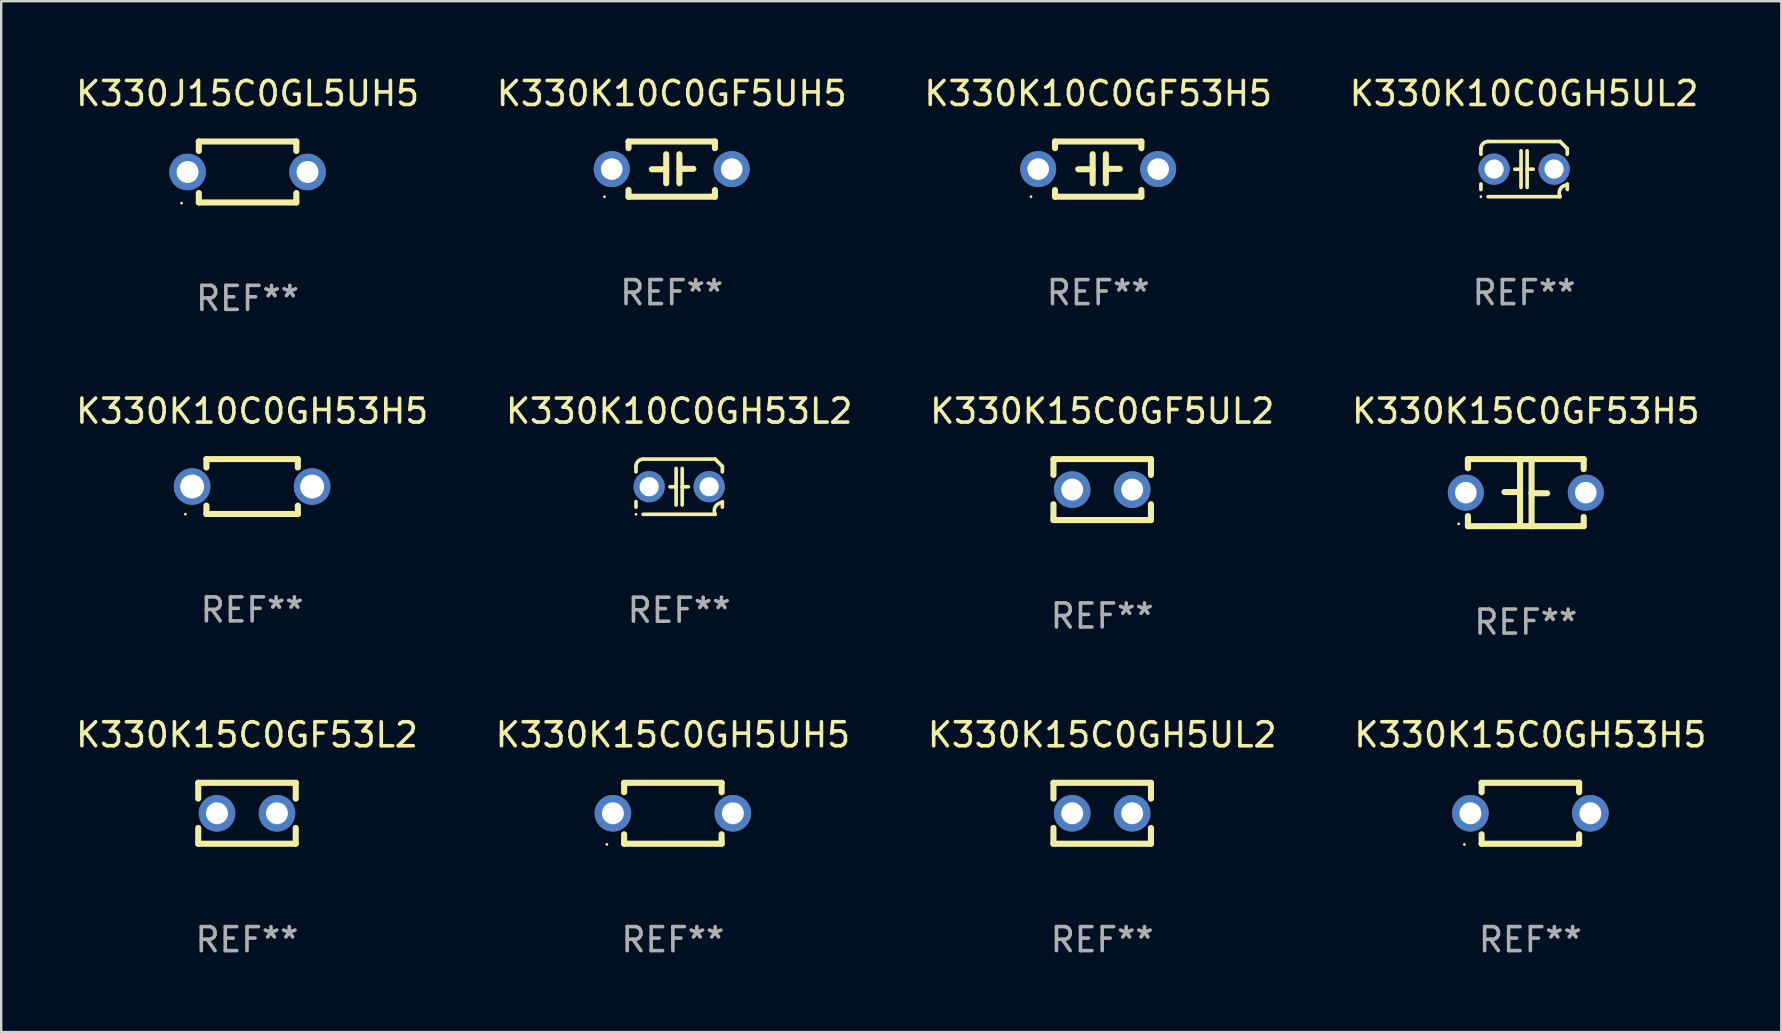
<source format=kicad_pcb>
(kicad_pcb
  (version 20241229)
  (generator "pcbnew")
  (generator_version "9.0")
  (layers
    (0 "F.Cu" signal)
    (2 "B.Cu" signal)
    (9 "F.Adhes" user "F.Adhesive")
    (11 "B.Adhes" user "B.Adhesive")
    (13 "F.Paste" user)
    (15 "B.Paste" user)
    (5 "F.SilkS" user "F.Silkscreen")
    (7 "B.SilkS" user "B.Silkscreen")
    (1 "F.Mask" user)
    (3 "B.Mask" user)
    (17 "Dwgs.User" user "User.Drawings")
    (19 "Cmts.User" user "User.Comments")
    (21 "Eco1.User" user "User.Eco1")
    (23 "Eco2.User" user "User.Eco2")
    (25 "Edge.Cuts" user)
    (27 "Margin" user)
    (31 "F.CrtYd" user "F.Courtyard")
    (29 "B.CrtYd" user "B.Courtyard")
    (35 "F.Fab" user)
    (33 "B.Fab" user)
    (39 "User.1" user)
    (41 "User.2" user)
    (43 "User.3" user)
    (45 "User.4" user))
  (footprint "K330K15C0GF53L2"
    (layer "F.Cu")
    (at 7.244 30.845)
    (property "Reference" "K330K15C0GF53L2" (at 0 -3.27 0) (layer "F.SilkS") (effects (font (size 1 1) (thickness 0.15))))
    (attr through_hole)
    (fp_line (start -2.032 -1.27) (end -2.032 -0.611) (stroke (width 0.254) (type solid)) (layer "F.SilkS"))
    (fp_line (start -2.032 0.611) (end -2.032 1.27) (stroke (width 0.254) (type solid)) (layer "F.SilkS"))
    (fp_line (start -2.032 1.27) (end 2.032 1.27) (stroke (width 0.254) (type solid)) (layer "F.SilkS"))
    (fp_line (start 2.032 -1.27) (end -2.032 -1.27) (stroke (width 0.254) (type solid)) (layer "F.SilkS"))
    (fp_line (start 2.032 -0.611) (end 2.032 -1.27) (stroke (width 0.254) (type solid)) (layer "F.SilkS"))
    (fp_line (start 2.032 1.27) (end 2.032 0.611) (stroke (width 0.254) (type solid)) (layer "F.SilkS"))
    (fp_circle (center -2 1.3) (end -1.97 1.3) (stroke (width 0.06) (type solid)) (fill no) (layer "F.SilkS"))
    (fp_text user "REF**" (at 0 5.27 0) (layer "F.Fab") (effects (font (size 1 1) (thickness 0.15))))
    (pad "1" thru_hole circle (at -1.25 0) (size 1.524 1.524) (drill 0.914) (layers "*.Cu" "*.Mask"))
    (pad "2" thru_hole circle (at 1.25 0) (size 1.524 1.524) (drill 0.914) (layers "*.Cu" "*.Mask")))
  (footprint "K330K15C0GH5UH5"
    (layer "F.Cu")
    (at 24.994 30.845)
    (property "Reference" "K330K15C0GH5UH5" (at 0 -3.27 0) (layer "F.SilkS") (effects (font (size 1 1) (thickness 0.15))))
    (attr through_hole)
    (fp_line (start -2.032 -1.27) (end -2.032 -0.876) (stroke (width 0.254) (type solid)) (layer "F.SilkS"))
    (fp_line (start -2.032 0.876) (end -2.032 1.27) (stroke (width 0.254) (type solid)) (layer "F.SilkS"))
    (fp_line (start -2.032 1.27) (end 2.032 1.27) (stroke (width 0.254) (type solid)) (layer "F.SilkS"))
    (fp_line (start 2.032 -1.27) (end -2.032 -1.27) (stroke (width 0.254) (type solid)) (layer "F.SilkS"))
    (fp_line (start 2.032 -0.876) (end 2.032 -1.27) (stroke (width 0.254) (type solid)) (layer "F.SilkS"))
    (fp_line (start 2.032 1.27) (end 2.032 0.876) (stroke (width 0.254) (type solid)) (layer "F.SilkS"))
    (fp_circle (center -2.751 1.3) (end -2.721 1.3) (stroke (width 0.06) (type solid)) (fill no) (layer "F.SilkS"))
    (fp_text user "REF**" (at 0 5.27 0) (layer "F.Fab") (effects (font (size 1 1) (thickness 0.15))))
    (pad "1" thru_hole circle (at -2.5 0) (size 1.524 1.524) (drill 0.914) (layers "*.Cu" "*.Mask"))
    (pad "2" thru_hole circle (at 2.5 0) (size 1.524 1.524) (drill 0.914) (layers "*.Cu" "*.Mask")))
  (footprint "K330K10C0GF53H5"
    (layer "F.Cu")
    (at 42.72 3.998)
    (property "Reference" "K330K10C0GF53H5" (at 0 -3.15 0) (layer "F.SilkS") (effects (font (size 1 1) (thickness 0.15))))
    (attr through_hole)
    (fp_line (start -1.8 -1.15) (end -1.8 -0.872) (stroke (width 0.254) (type solid)) (layer "F.SilkS"))
    (fp_line (start -1.8 -1.15) (end 1.8 -1.15) (stroke (width 0.254) (type solid)) (layer "F.SilkS"))
    (fp_line (start -1.8 0.872) (end -1.8 1.15) (stroke (width 0.254) (type solid)) (layer "F.SilkS"))
    (fp_line (start -1.8 1.15) (end 1.8 1.15) (stroke (width 0.254) (type solid)) (layer "F.SilkS"))
    (fp_line (start -0.23 -0.62) (end -0.23 0.59) (stroke (width 0.254) (type solid)) (layer "F.SilkS"))
    (fp_line (start -0.23 0.007) (end -0.83 0.007) (stroke (width 0.254) (type solid)) (layer "F.SilkS"))
    (fp_line (start 0.32 -0.62) (end 0.32 0.59) (stroke (width 0.254) (type solid)) (layer "F.SilkS"))
    (fp_line (start 0.32 -0.012) (end 0.9 -0.012) (stroke (width 0.254) (type solid)) (layer "F.SilkS"))
    (fp_line (start 1.8 -1.15) (end 1.8 -0.872) (stroke (width 0.254) (type solid)) (layer "F.SilkS"))
    (fp_line (start 1.8 0.872) (end 1.8 1.15) (stroke (width 0.254) (type solid)) (layer "F.SilkS"))
    (fp_circle (center -2.8 1.15) (end -2.77 1.15) (stroke (width 0.06) (type solid)) (fill no) (layer "F.SilkS"))
    (fp_text user "REF**" (at 0 5.15 0) (layer "F.Fab") (effects (font (size 1 1) (thickness 0.15))))
    (pad "1" thru_hole circle (at -2.5 0) (size 1.5 1.5) (drill 0.9) (layers "*.Cu" "*.Mask"))
    (pad "2" thru_hole circle (at 2.5 0) (size 1.5 1.5) (drill 0.9) (layers "*.Cu" "*.Mask")))
  (footprint "K330K10C0GH53L2"
    (layer "F.Cu")
    (at 25.256 17.235)
    (property "Reference" "K330K10C0GH53L2" (at 0 -3.15 0) (layer "F.SilkS") (effects (font (size 1 1) (thickness 0.15))))
    (attr through_hole)
    (fp_line (start -1.8 -0.621) (end -1.8 -0.85) (stroke (width 0.152) (type solid)) (layer "F.SilkS"))
    (fp_line (start -1.8 0.85) (end -1.8 0.621) (stroke (width 0.152) (type solid)) (layer "F.SilkS"))
    (fp_line (start -1.5 -1.15) (end 1.5 -1.15) (stroke (width 0.152) (type solid)) (layer "F.SilkS"))
    (fp_line (start -0.127 -0.762) (end -0.127 0.762) (stroke (width 0.152) (type solid)) (layer "F.SilkS"))
    (fp_line (start -0.127 0.005) (end -0.381 0.005) (stroke (width 0.152) (type solid)) (layer "F.SilkS"))
    (fp_line (start 0.127 -0.762) (end 0.127 0.762) (stroke (width 0.152) (type solid)) (layer "F.SilkS"))
    (fp_line (start 0.127 0.002) (end 0.381 0.002) (stroke (width 0.152) (type solid)) (layer "F.SilkS"))
    (fp_line (start 1.5 1.15) (end -1.5 1.15) (stroke (width 0.152) (type solid)) (layer "F.SilkS"))
    (fp_line (start 1.8 -0.85) (end 1.8 -0.621) (stroke (width 0.152) (type solid)) (layer "F.SilkS"))
    (fp_line (start 1.8 0.621) (end 1.8 0.85) (stroke (width 0.152) (type solid)) (layer "F.SilkS"))
    (fp_arc (start -1.799975 -0.849987) (mid -1.712107 -1.062119) (end -1.499975 -1.149987) (stroke (width 0.151994) (type solid)) (layer "F.SilkS"))
    (fp_arc (start 1.499975 1.149987) (mid 1.513726 0.822359) (end 1.799975 0.662387) (stroke (width 0.151994) (type solid)) (layer "F.SilkS"))
    (fp_arc (start 1.500001 -1.149986) (mid 1.650015 -1.000001) (end 1.8 -0.849987) (stroke (width 0.151994) (type solid)) (layer "F.SilkS"))
    (fp_circle (center -1.8 1.15) (end -1.77 1.15) (stroke (width 0.06) (type solid)) (fill no) (layer "F.SilkS"))
    (fp_text user "REF**" (at 0 5.15 0) (layer "F.Fab") (effects (font (size 1 1) (thickness 0.15))))
    (pad "1" thru_hole circle (at -1.25 0) (size 1.3 1.3) (drill 0.8) (layers "*.Cu" "*.Mask"))
    (pad "2" thru_hole circle (at 1.25 0) (size 1.3 1.3) (drill 0.8) (layers "*.Cu" "*.Mask")))
  (footprint "K330K15C0GH53H5"
    (layer "F.Cu")
    (at 60.732 30.845)
    (property "Reference" "K330K15C0GH53H5" (at 0 -3.27 0) (layer "F.SilkS") (effects (font (size 1 1) (thickness 0.15))))
    (attr through_hole)
    (fp_line (start -2.032 -1.27) (end -2.032 -0.876) (stroke (width 0.254) (type solid)) (layer "F.SilkS"))
    (fp_line (start -2.032 0.876) (end -2.032 1.27) (stroke (width 0.254) (type solid)) (layer "F.SilkS"))
    (fp_line (start -2.032 1.27) (end 2.032 1.27) (stroke (width 0.254) (type solid)) (layer "F.SilkS"))
    (fp_line (start 2.032 -1.27) (end -2.032 -1.27) (stroke (width 0.254) (type solid)) (layer "F.SilkS"))
    (fp_line (start 2.032 -0.876) (end 2.032 -1.27) (stroke (width 0.254) (type solid)) (layer "F.SilkS"))
    (fp_line (start 2.032 1.27) (end 2.032 0.876) (stroke (width 0.254) (type solid)) (layer "F.SilkS"))
    (fp_circle (center -2.751 1.3) (end -2.721 1.3) (stroke (width 0.06) (type solid)) (fill no) (layer "F.SilkS"))
    (fp_text user "REF**" (at 0 5.27 0) (layer "F.Fab") (effects (font (size 1 1) (thickness 0.15))))
    (pad "1" thru_hole circle (at -2.5 0) (size 1.524 1.524) (drill 0.914) (layers "*.Cu" "*.Mask"))
    (pad "2" thru_hole circle (at 2.5 0) (size 1.524 1.524) (drill 0.914) (layers "*.Cu" "*.Mask")))
  (footprint "K330K15C0GF53H5"
    (layer "F.Cu")
    (at 60.542 17.482)
    (property "Reference" "K330K15C0GF53H5" (at 0 -3.397 0) (layer "F.SilkS") (effects (font (size 1 1) (thickness 0.15))))
    (attr through_hole)
    (fp_line (start -2.413 -1.397) (end 2.413 -1.397) (stroke (width 0.254) (type solid)) (layer "F.SilkS"))
    (fp_line (start -2.413 -1.016) (end -2.413 -1.397) (stroke (width 0.254) (type solid)) (layer "F.SilkS"))
    (fp_line (start -2.413 0.977) (end -2.413 1.397) (stroke (width 0.254) (type solid)) (layer "F.SilkS"))
    (fp_line (start -0.24 -0.025) (end -0.889 -0.025) (stroke (width 0.254) (type solid)) (layer "F.SilkS"))
    (fp_line (start -0.24 1.397) (end -0.24 -1.397) (stroke (width 0.254) (type solid)) (layer "F.SilkS"))
    (fp_line (start 0.24 -1.397) (end 0.24 1.397) (stroke (width 0.254) (type solid)) (layer "F.SilkS"))
    (fp_line (start 0.24 0.025) (end 0.889 0.025) (stroke (width 0.254) (type solid)) (layer "F.SilkS"))
    (fp_line (start 2.413 -0.977) (end 2.413 -1.397) (stroke (width 0.254) (type solid)) (layer "F.SilkS"))
    (fp_line (start 2.413 1.016) (end 2.413 1.397) (stroke (width 0.254) (type solid)) (layer "F.SilkS"))
    (fp_line (start 2.413 1.397) (end -2.413 1.397) (stroke (width 0.254) (type solid)) (layer "F.SilkS"))
    (fp_circle (center -2.8 1.3) (end -2.77 1.3) (stroke (width 0.06) (type solid)) (fill no) (layer "F.SilkS"))
    (fp_text user "REF**" (at 0 5.397 0) (layer "F.Fab") (effects (font (size 1 1) (thickness 0.15))))
    (pad "1" thru_hole circle (at -2.5 0) (size 1.5 1.5) (drill 0.9) (layers "*.Cu" "*.Mask"))
    (pad "2" thru_hole circle (at 2.5 0) (size 1.5 1.5) (drill 0.9) (layers "*.Cu" "*.Mask")))
  (footprint "K330K10C0GH53H5"
    (layer "F.Cu")
    (at 7.458 17.228)
    (property "Reference" "K330K10C0GH53H5" (at 0 -3.143 0) (layer "F.SilkS") (effects (font (size 1 1) (thickness 0.15))))
    (attr through_hole)
    (fp_line (start -1.905 -1.143) (end 1.905 -1.143) (stroke (width 0.254) (type solid)) (layer "F.SilkS"))
    (fp_line (start -1.905 -0.795) (end -1.905 -1.143) (stroke (width 0.254) (type solid)) (layer "F.SilkS"))
    (fp_line (start -1.905 1.143) (end -1.905 0.795) (stroke (width 0.254) (type solid)) (layer "F.SilkS"))
    (fp_line (start 1.905 -1.143) (end 1.905 -0.795) (stroke (width 0.254) (type solid)) (layer "F.SilkS"))
    (fp_line (start 1.905 0.795) (end 1.905 1.143) (stroke (width 0.254) (type solid)) (layer "F.SilkS"))
    (fp_line (start 1.905 1.143) (end -1.905 1.143) (stroke (width 0.254) (type solid)) (layer "F.SilkS"))
    (fp_circle (center -2.781 1.15) (end -2.751 1.15) (stroke (width 0.06) (type solid)) (fill no) (layer "F.SilkS"))
    (fp_text user "REF**" (at 0 5.143 0) (layer "F.Fab") (effects (font (size 1 1) (thickness 0.15))))
    (pad "1" thru_hole circle (at -2.5 0) (size 1.524 1.524) (drill 1) (layers "*.Cu" "*.Mask"))
    (pad "2" thru_hole circle (at 2.5 0) (size 1.524 1.524) (drill 1) (layers "*.Cu" "*.Mask")))
  (footprint "K330J15C0GL5UH5"
    (layer "F.Cu")
    (at 7.268 4.118)
    (property "Reference" "K330J15C0GL5UH5" (at 0 -3.27 0) (layer "F.SilkS") (effects (font (size 1 1) (thickness 0.15))))
    (attr through_hole)
    (fp_line (start -2.032 -1.27) (end -2.032 -0.876) (stroke (width 0.254) (type solid)) (layer "F.SilkS"))
    (fp_line (start -2.032 0.876) (end -2.032 1.27) (stroke (width 0.254) (type solid)) (layer "F.SilkS"))
    (fp_line (start -2.032 1.27) (end 2.032 1.27) (stroke (width 0.254) (type solid)) (layer "F.SilkS"))
    (fp_line (start 2.032 -1.27) (end -2.032 -1.27) (stroke (width 0.254) (type solid)) (layer "F.SilkS"))
    (fp_line (start 2.032 -0.876) (end 2.032 -1.27) (stroke (width 0.254) (type solid)) (layer "F.SilkS"))
    (fp_line (start 2.032 1.27) (end 2.032 0.876) (stroke (width 0.254) (type solid)) (layer "F.SilkS"))
    (fp_circle (center -2.751 1.3) (end -2.721 1.3) (stroke (width 0.06) (type solid)) (fill no) (layer "F.SilkS"))
    (fp_text user "REF**" (at 0 5.27 0) (layer "F.Fab") (effects (font (size 1 1) (thickness 0.15))))
    (pad "1" thru_hole circle (at -2.5 0) (size 1.524 1.524) (drill 0.914) (layers "*.Cu" "*.Mask"))
    (pad "2" thru_hole circle (at 2.5 0) (size 1.524 1.524) (drill 0.914) (layers "*.Cu" "*.Mask")))
  (footprint "K330K10C0GH5UL2"
    (layer "F.Cu")
    (at 60.47 3.998)
    (property "Reference" "K330K10C0GH5UL2" (at 0 -3.15 0) (layer "F.SilkS") (effects (font (size 1 1) (thickness 0.15))))
    (attr through_hole)
    (fp_line (start -1.8 -0.621) (end -1.8 -0.85) (stroke (width 0.152) (type solid)) (layer "F.SilkS"))
    (fp_line (start -1.8 0.85) (end -1.8 0.621) (stroke (width 0.152) (type solid)) (layer "F.SilkS"))
    (fp_line (start -1.5 -1.15) (end 1.5 -1.15) (stroke (width 0.152) (type solid)) (layer "F.SilkS"))
    (fp_line (start -0.127 -0.762) (end -0.127 0.762) (stroke (width 0.152) (type solid)) (layer "F.SilkS"))
    (fp_line (start -0.127 0.005) (end -0.381 0.005) (stroke (width 0.152) (type solid)) (layer "F.SilkS"))
    (fp_line (start 0.127 -0.762) (end 0.127 0.762) (stroke (width 0.152) (type solid)) (layer "F.SilkS"))
    (fp_line (start 0.127 0.002) (end 0.381 0.002) (stroke (width 0.152) (type solid)) (layer "F.SilkS"))
    (fp_line (start 1.5 1.15) (end -1.5 1.15) (stroke (width 0.152) (type solid)) (layer "F.SilkS"))
    (fp_line (start 1.8 -0.85) (end 1.8 -0.621) (stroke (width 0.152) (type solid)) (layer "F.SilkS"))
    (fp_line (start 1.8 0.621) (end 1.8 0.85) (stroke (width 0.152) (type solid)) (layer "F.SilkS"))
    (fp_arc (start -1.799975 -0.849987) (mid -1.712107 -1.062119) (end -1.499975 -1.149987) (stroke (width 0.151994) (type solid)) (layer "F.SilkS"))
    (fp_arc (start 1.499975 1.149987) (mid 1.513726 0.822359) (end 1.799975 0.662387) (stroke (width 0.151994) (type solid)) (layer "F.SilkS"))
    (fp_arc (start 1.500001 -1.149986) (mid 1.650015 -1.000001) (end 1.8 -0.849987) (stroke (width 0.151994) (type solid)) (layer "F.SilkS"))
    (fp_circle (center -1.8 1.15) (end -1.77 1.15) (stroke (width 0.06) (type solid)) (fill no) (layer "F.SilkS"))
    (fp_text user "REF**" (at 0 5.15 0) (layer "F.Fab") (effects (font (size 1 1) (thickness 0.15))))
    (pad "1" thru_hole circle (at -1.25 0) (size 1.3 1.3) (drill 0.8) (layers "*.Cu" "*.Mask"))
    (pad "2" thru_hole circle (at 1.25 0) (size 1.3 1.3) (drill 0.8) (layers "*.Cu" "*.Mask")))
  (footprint "K330K10C0GF5UH5"
    (layer "F.Cu")
    (at 24.946 3.998)
    (property "Reference" "K330K10C0GF5UH5" (at 0 -3.15 0) (layer "F.SilkS") (effects (font (size 1 1) (thickness 0.15))))
    (attr through_hole)
    (fp_line (start -1.8 -1.15) (end -1.8 -0.872) (stroke (width 0.254) (type solid)) (layer "F.SilkS"))
    (fp_line (start -1.8 -1.15) (end 1.8 -1.15) (stroke (width 0.254) (type solid)) (layer "F.SilkS"))
    (fp_line (start -1.8 0.872) (end -1.8 1.15) (stroke (width 0.254) (type solid)) (layer "F.SilkS"))
    (fp_line (start -1.8 1.15) (end 1.8 1.15) (stroke (width 0.254) (type solid)) (layer "F.SilkS"))
    (fp_line (start -0.23 -0.62) (end -0.23 0.59) (stroke (width 0.254) (type solid)) (layer "F.SilkS"))
    (fp_line (start -0.23 0.007) (end -0.83 0.007) (stroke (width 0.254) (type solid)) (layer "F.SilkS"))
    (fp_line (start 0.32 -0.62) (end 0.32 0.59) (stroke (width 0.254) (type solid)) (layer "F.SilkS"))
    (fp_line (start 0.32 -0.012) (end 0.9 -0.012) (stroke (width 0.254) (type solid)) (layer "F.SilkS"))
    (fp_line (start 1.8 -1.15) (end 1.8 -0.872) (stroke (width 0.254) (type solid)) (layer "F.SilkS"))
    (fp_line (start 1.8 0.872) (end 1.8 1.15) (stroke (width 0.254) (type solid)) (layer "F.SilkS"))
    (fp_circle (center -2.8 1.15) (end -2.77 1.15) (stroke (width 0.06) (type solid)) (fill no) (layer "F.SilkS"))
    (fp_text user "REF**" (at 0 5.15 0) (layer "F.Fab") (effects (font (size 1 1) (thickness 0.15))))
    (pad "1" thru_hole circle (at -2.5 0) (size 1.5 1.5) (drill 0.9) (layers "*.Cu" "*.Mask"))
    (pad "2" thru_hole circle (at 2.5 0) (size 1.5 1.5) (drill 0.9) (layers "*.Cu" "*.Mask")))
  (footprint "K330K15C0GF5UL2"
    (layer "F.Cu")
    (at 42.887 17.355)
    (property "Reference" "K330K15C0GF5UL2" (at 0 -3.27 0) (layer "F.SilkS") (effects (font (size 1 1) (thickness 0.15))))
    (attr through_hole)
    (fp_line (start -2.032 -1.27) (end -2.032 -0.611) (stroke (width 0.254) (type solid)) (layer "F.SilkS"))
    (fp_line (start -2.032 0.611) (end -2.032 1.27) (stroke (width 0.254) (type solid)) (layer "F.SilkS"))
    (fp_line (start -2.032 1.27) (end 2.032 1.27) (stroke (width 0.254) (type solid)) (layer "F.SilkS"))
    (fp_line (start 2.032 -1.27) (end -2.032 -1.27) (stroke (width 0.254) (type solid)) (layer "F.SilkS"))
    (fp_line (start 2.032 -0.611) (end 2.032 -1.27) (stroke (width 0.254) (type solid)) (layer "F.SilkS"))
    (fp_line (start 2.032 1.27) (end 2.032 0.611) (stroke (width 0.254) (type solid)) (layer "F.SilkS"))
    (fp_circle (center -2 1.3) (end -1.97 1.3) (stroke (width 0.06) (type solid)) (fill no) (layer "F.SilkS"))
    (fp_text user "REF**" (at 0 5.27 0) (layer "F.Fab") (effects (font (size 1 1) (thickness 0.15))))
    (pad "1" thru_hole circle (at -1.25 0) (size 1.524 1.524) (drill 0.914) (layers "*.Cu" "*.Mask"))
    (pad "2" thru_hole circle (at 1.25 0) (size 1.524 1.524) (drill 0.914) (layers "*.Cu" "*.Mask")))
  (footprint "K330K15C0GH5UL2"
    (layer "F.Cu")
    (at 42.887 30.845)
    (property "Reference" "K330K15C0GH5UL2" (at 0 -3.27 0) (layer "F.SilkS") (effects (font (size 1 1) (thickness 0.15))))
    (attr through_hole)
    (fp_line (start -2.032 -1.27) (end -2.032 -0.611) (stroke (width 0.254) (type solid)) (layer "F.SilkS"))
    (fp_line (start -2.032 0.611) (end -2.032 1.27) (stroke (width 0.254) (type solid)) (layer "F.SilkS"))
    (fp_line (start -2.032 1.27) (end 2.032 1.27) (stroke (width 0.254) (type solid)) (layer "F.SilkS"))
    (fp_line (start 2.032 -1.27) (end -2.032 -1.27) (stroke (width 0.254) (type solid)) (layer "F.SilkS"))
    (fp_line (start 2.032 -0.611) (end 2.032 -1.27) (stroke (width 0.254) (type solid)) (layer "F.SilkS"))
    (fp_line (start 2.032 1.27) (end 2.032 0.611) (stroke (width 0.254) (type solid)) (layer "F.SilkS"))
    (fp_circle (center -2 1.3) (end -1.97 1.3) (stroke (width 0.06) (type solid)) (fill no) (layer "F.SilkS"))
    (fp_text user "REF**" (at 0 5.27 0) (layer "F.Fab") (effects (font (size 1 1) (thickness 0.15))))
    (pad "1" thru_hole circle (at -1.25 0) (size 1.524 1.524) (drill 0.914) (layers "*.Cu" "*.Mask"))
    (pad "2" thru_hole circle (at 1.25 0) (size 1.524 1.524) (drill 0.914) (layers "*.Cu" "*.Mask")))
  (gr_rect
    (start -3 -3)
    (end 71.19 39.964)
    (stroke (width 0.1) (type default))
    (fill no)
    (layer "Edge.Cuts")))
</source>
